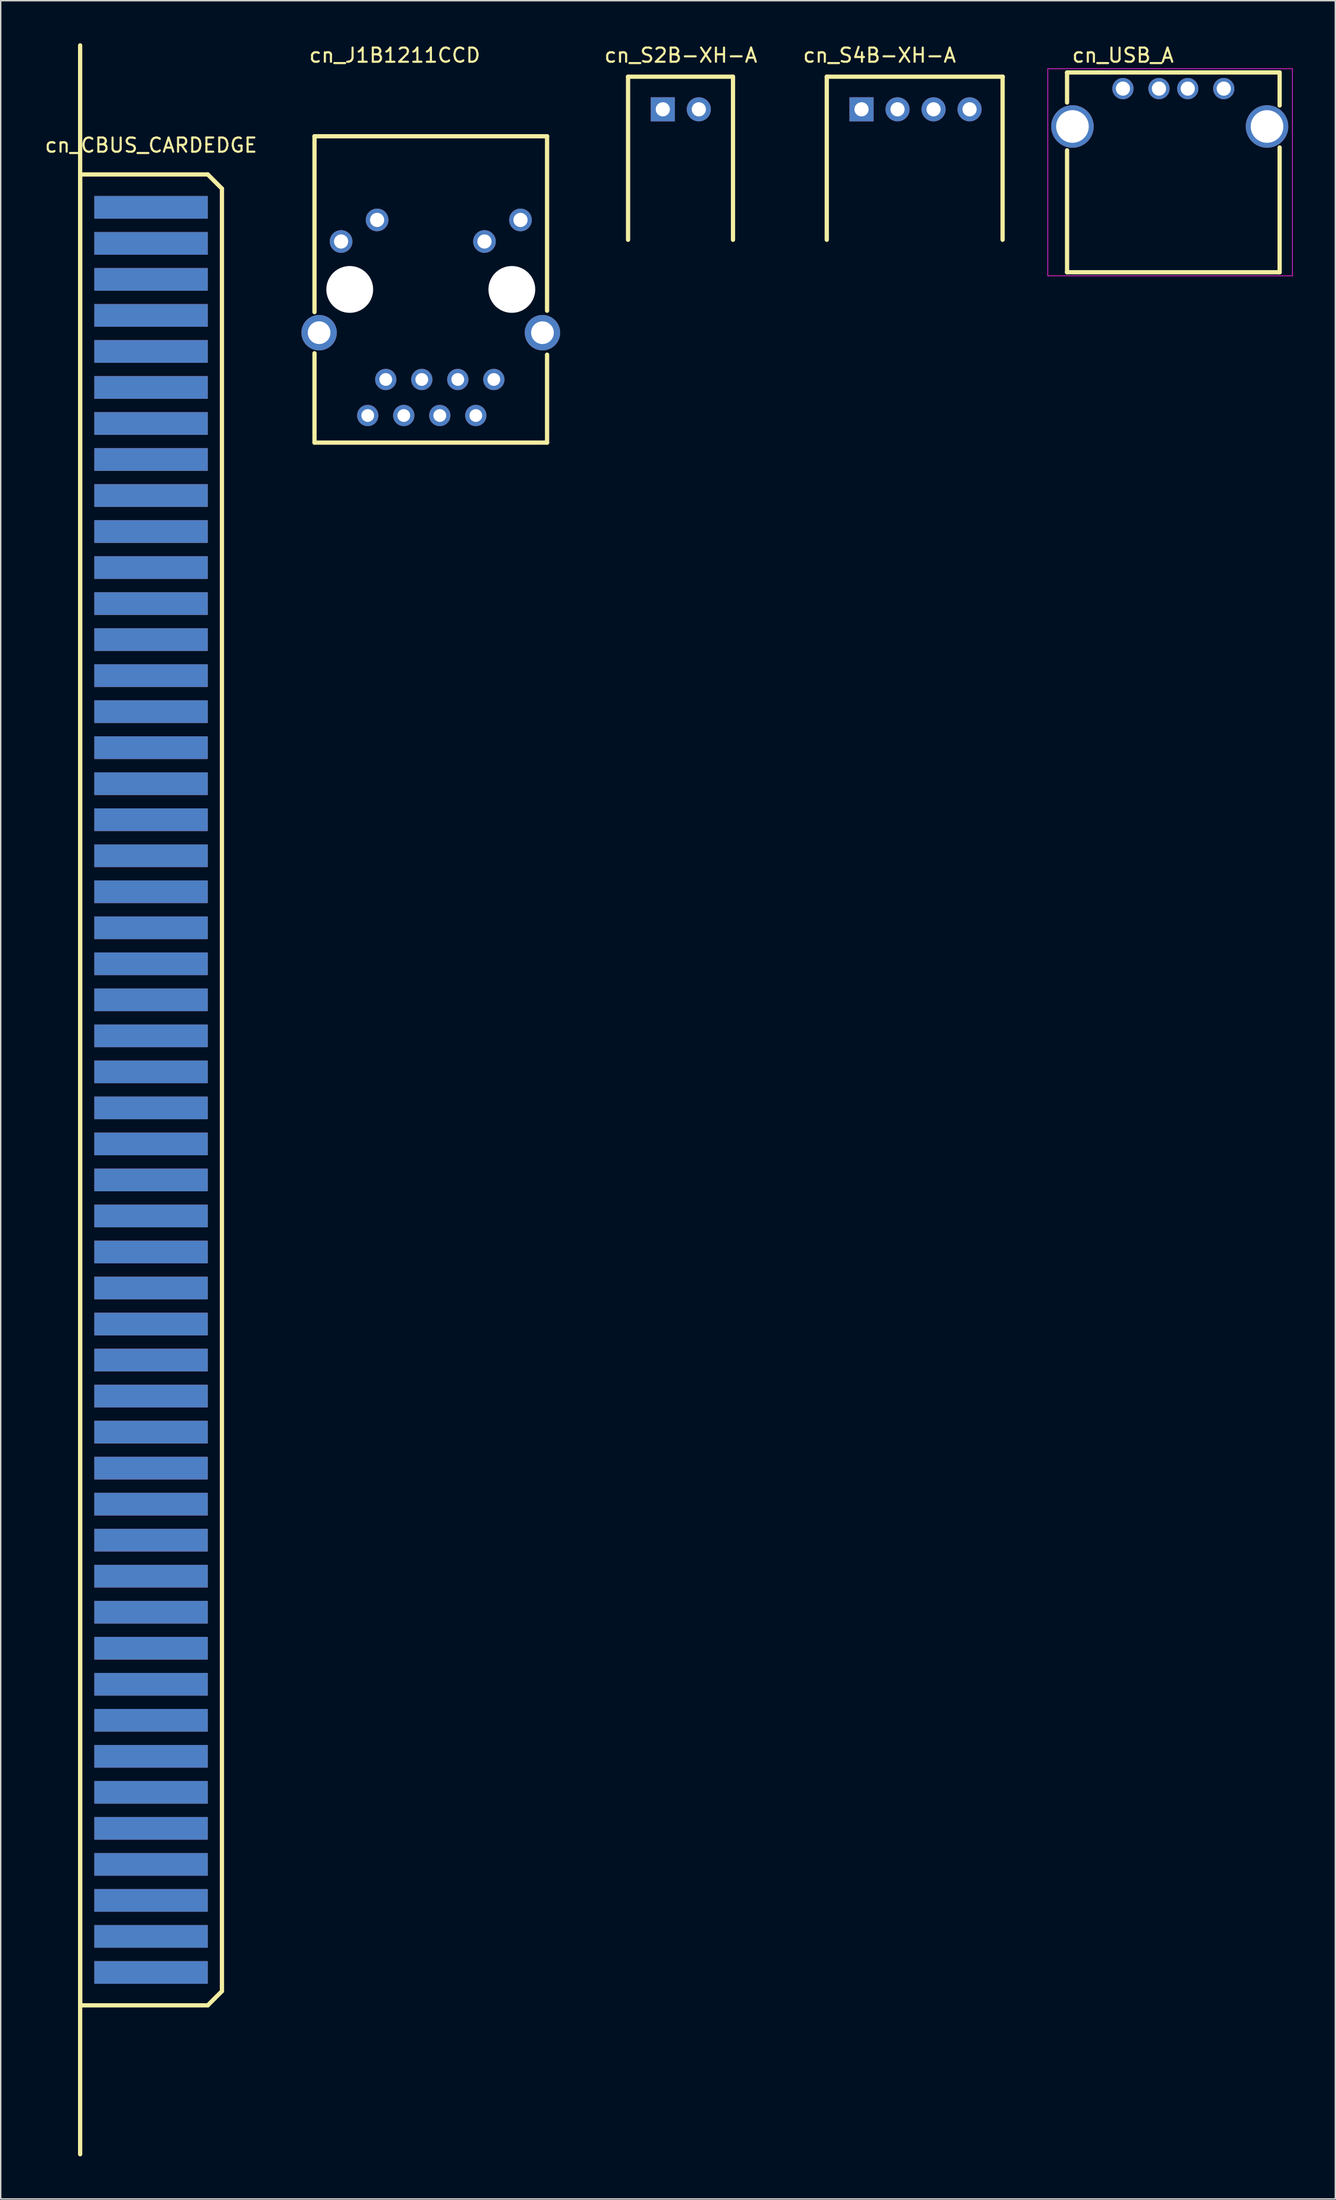
<source format=kicad_pcb>
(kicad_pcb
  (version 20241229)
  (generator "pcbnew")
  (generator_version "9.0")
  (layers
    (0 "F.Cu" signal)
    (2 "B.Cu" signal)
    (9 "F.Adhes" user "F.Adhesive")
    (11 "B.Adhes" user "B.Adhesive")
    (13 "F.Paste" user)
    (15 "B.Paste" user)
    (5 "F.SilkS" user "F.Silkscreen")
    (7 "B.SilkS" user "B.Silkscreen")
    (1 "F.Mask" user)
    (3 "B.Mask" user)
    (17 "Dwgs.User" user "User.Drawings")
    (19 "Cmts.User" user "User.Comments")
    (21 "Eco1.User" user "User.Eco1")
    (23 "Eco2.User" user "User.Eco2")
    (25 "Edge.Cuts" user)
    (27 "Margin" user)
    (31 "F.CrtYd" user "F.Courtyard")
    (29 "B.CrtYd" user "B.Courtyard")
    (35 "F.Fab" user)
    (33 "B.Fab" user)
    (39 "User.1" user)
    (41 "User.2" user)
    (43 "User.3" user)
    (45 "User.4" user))
  (footprint "cn_J1B1211CCD"
    (layer "F.Cu")
    (at 27.327 17.358)
    (property "Reference" "cn_J1B1211CCD" (at -2.54 -16.51 0) (layer "F.SilkS") (effects (font (size 1 1) (thickness 0.15))))
    (attr through_hole)
    (fp_line (start -8.2 -10.8) (end -8.2 1.6) (stroke (width 0.3) (type solid)) (layer "F.SilkS"))
    (fp_line (start -8.2 -10.8) (end 8.2 -10.8) (stroke (width 0.3) (type solid)) (layer "F.SilkS"))
    (fp_line (start -8.2 10.8) (end -8.2 4.5) (stroke (width 0.3) (type solid)) (layer "F.SilkS"))
    (fp_line (start 8.2 -10.8) (end 8.2 1.5) (stroke (width 0.3) (type solid)) (layer "F.SilkS"))
    (fp_line (start 8.2 4.6) (end 8.2 10.8) (stroke (width 0.3) (type solid)) (layer "F.SilkS"))
    (fp_line (start 8.2 10.8) (end -8.2 10.8) (stroke (width 0.3) (type solid)) (layer "F.SilkS"))
    (pad "" np_thru_hole circle (at -5.715 0) (size 3.3 3.3) (drill 3.3) (layers "*.Cu" "*.Mask"))
    (pad "" np_thru_hole circle (at 5.715 0) (size 3.3 3.3) (drill 3.3) (layers "*.Cu" "*.Mask"))
    (pad "1" thru_hole circle (at 4.445 6.35) (size 1.5 1.5) (drill 0.9) (layers "*.Cu" "*.Mask"))
    (pad "2" thru_hole circle (at 3.175 8.89) (size 1.5 1.5) (drill 0.9) (layers "*.Cu" "*.Mask"))
    (pad "3" thru_hole circle (at 1.905 6.35) (size 1.5 1.5) (drill 0.9) (layers "*.Cu" "*.Mask"))
    (pad "4" thru_hole circle (at 0.635 8.89) (size 1.5 1.5) (drill 0.9) (layers "*.Cu" "*.Mask"))
    (pad "5" thru_hole circle (at -0.635 6.35) (size 1.5 1.5) (drill 0.9) (layers "*.Cu" "*.Mask"))
    (pad "6" thru_hole circle (at -1.905 8.89) (size 1.5 1.5) (drill 0.9) (layers "*.Cu" "*.Mask"))
    (pad "7" thru_hole circle (at -3.175 6.35) (size 1.5 1.5) (drill 0.9) (layers "*.Cu" "*.Mask"))
    (pad "8" thru_hole circle (at -4.445 8.89) (size 1.5 1.5) (drill 0.9) (layers "*.Cu" "*.Mask"))
    (pad "9" thru_hole circle (at 6.325 -4.9) (size 1.6 1.6) (drill 1) (layers "*.Cu" "*.Mask"))
    (pad "10" thru_hole circle (at 3.785 -3.38) (size 1.6 1.6) (drill 1) (layers "*.Cu" "*.Mask"))
    (pad "11" thru_hole circle (at -3.785 -4.9) (size 1.6 1.6) (drill 1) (layers "*.Cu" "*.Mask"))
    (pad "12" thru_hole circle (at -6.325 -3.38) (size 1.6 1.6) (drill 1) (layers "*.Cu" "*.Mask"))
    (pad "13" thru_hole circle (at 7.875 3.05) (size 2.5 2.5) (drill 1.6) (layers "*.Cu" "*.Mask"))
    (pad "14" thru_hole circle (at -7.875 3.05) (size 2.5 2.5) (drill 1.6) (layers "*.Cu" "*.Mask")))
  (footprint "cn_USB_A"
    (layer "F.Cu")
    (at 76.135 3.198)
    (property "Reference" "cn_USB_A" (at 0 -2.35 0) (layer "F.SilkS") (effects (font (size 1 1) (thickness 0.15))))
    (attr through_hole)
    (fp_line (start -3.94 -1.14) (end -3.94 0.98) (stroke (width 0.3) (type solid)) (layer "F.SilkS"))
    (fp_line (start -3.94 4.35) (end -3.94 12.95) (stroke (width 0.3) (type solid)) (layer "F.SilkS"))
    (fp_line (start 11.05 -1.14) (end -3.94 -1.14) (stroke (width 0.3) (type solid)) (layer "F.SilkS"))
    (fp_line (start 11.05 -1.14) (end 11.05 1.19) (stroke (width 0.3) (type solid)) (layer "F.SilkS"))
    (fp_line (start 11.05 4.15) (end 11.05 12.95) (stroke (width 0.3) (type solid)) (layer "F.SilkS"))
    (fp_line (start 11.05 12.95) (end -3.94 12.95) (stroke (width 0.3) (type solid)) (layer "F.SilkS"))
    (fp_line (start -5.3 -1.4) (end 11.95 -1.4) (stroke (width 0.05) (type solid)) (layer "F.CrtYd"))
    (fp_line (start -5.3 13.2) (end -5.3 -1.4) (stroke (width 0.05) (type solid)) (layer "F.CrtYd"))
    (fp_line (start -5.3 13.2) (end 11.95 13.2) (stroke (width 0.05) (type solid)) (layer "F.CrtYd"))
    (fp_line (start 11.95 -1.4) (end 11.95 13.2) (stroke (width 0.05) (type solid)) (layer "F.CrtYd"))
    (pad "1" thru_hole circle (at 0 0 270) (size 1.5 1.5) (drill 1) (layers "*.Cu" "*.Mask"))
    (pad "2" thru_hole circle (at 2.54 0 270) (size 1.5 1.5) (drill 1) (layers "*.Cu" "*.Mask"))
    (pad "3" thru_hole circle (at 4.57 0 270) (size 1.5 1.5) (drill 1) (layers "*.Cu" "*.Mask"))
    (pad "4" thru_hole circle (at 7.11 0 270) (size 1.5 1.5) (drill 1) (layers "*.Cu" "*.Mask"))
    (pad "5" thru_hole circle (at -3.56 2.67 270) (size 3 3) (drill 2.3) (layers "*.Cu" "*.Mask"))
    (pad "6" thru_hole circle (at 10.16 2.67 270) (size 3 3) (drill 2.3) (layers "*.Cu" "*.Mask")))
  (footprint "cn_S2B-XH-A"
    (layer "F.Cu")
    (at 43.688 4.658)
    (property "Reference" "cn_S2B-XH-A" (at 1.27 -3.81 0) (layer "F.SilkS") (effects (font (size 1 1) (thickness 0.15))))
    (attr through_hole)
    (fp_line (start -2.45 -2.3) (end -2.45 9.2) (stroke (width 0.3) (type solid)) (layer "F.SilkS"))
    (fp_line (start -2.45 -2.3) (end 4.95 -2.3) (stroke (width 0.3) (type solid)) (layer "F.SilkS"))
    (fp_line (start 4.95 -2.3) (end 4.95 9.2) (stroke (width 0.3) (type solid)) (layer "F.SilkS"))
    (pad "1" thru_hole rect (at 0 0) (size 1.7 1.7) (drill 1) (layers "*.Cu" "*.Mask"))
    (pad "2" thru_hole circle (at 2.54 0) (size 1.7 1.7) (drill 1) (layers "*.Cu" "*.Mask")))
  (footprint "cn_S4B-XH-A"
    (layer "F.Cu")
    (at 57.7 4.658)
    (property "Reference" "cn_S4B-XH-A" (at 1.27 -3.81 0) (layer "F.SilkS") (effects (font (size 1 1) (thickness 0.15))))
    (attr through_hole)
    (fp_line (start -2.45 -2.3) (end -2.45 9.2) (stroke (width 0.3) (type solid)) (layer "F.SilkS"))
    (fp_line (start -2.45 -2.3) (end 9.96 -2.3) (stroke (width 0.3) (type solid)) (layer "F.SilkS"))
    (fp_line (start 9.95 -2.3) (end 9.95 9.2) (stroke (width 0.3) (type solid)) (layer "F.SilkS"))
    (pad "1" thru_hole rect (at 0 0) (size 1.7 1.7) (drill 1) (layers "*.Cu" "*.Mask"))
    (pad "2" thru_hole circle (at 2.54 0) (size 1.7 1.7) (drill 1) (layers "*.Cu" "*.Mask"))
    (pad "3" thru_hole circle (at 5.08 0) (size 1.7 1.7) (drill 1) (layers "*.Cu" "*.Mask"))
    (pad "4" thru_hole circle (at 7.62 0) (size 1.7 1.7) (drill 1) (layers "*.Cu" "*.Mask")))
  (footprint "cn_CBUS_CARDEDGE"
    (layer "F.Cu")
    (at 7.601 74.5)
    (property "Reference" "cn_CBUS_CARDEDGE" (at 0 -67.31 0) (layer "F.SilkS") (effects (font (size 1 1) (thickness 0.15))))
    (attr through_hole)
    (fp_line (start -5 -74.35) (end -5 74.35) (stroke (width 0.3) (type solid)) (layer "F.SilkS"))
    (fp_line (start -5 -65.25) (end -5 63.85) (stroke (width 0.3) (type solid)) (layer "F.SilkS"))
    (fp_line (start -5 63.85) (end 4 63.85) (stroke (width 0.3) (type solid)) (layer "F.SilkS"))
    (fp_line (start 4 -65.25) (end -5 -65.25) (stroke (width 0.3) (type solid)) (layer "F.SilkS"))
    (fp_line (start 4 63.85) (end 5 62.85) (stroke (width 0.3) (type solid)) (layer "F.SilkS"))
    (fp_line (start 5 -64.25) (end 4 -65.25) (stroke (width 0.3) (type solid)) (layer "F.SilkS"))
    (fp_line (start 5 -64.25) (end 5 62.85) (stroke (width 0.3) (type solid)) (layer "F.SilkS"))
    (pad "1A" smd rect (at 0 -62.93) (size 8 1.6) (layers "B.Cu" "B.Mask" "B.Paste"))
    (pad "1B" smd rect (at 0 -62.93) (size 8 1.6) (layers "F.Cu" "F.Mask" "F.Paste"))
    (pad "2A" smd rect (at 0 -60.39) (size 8 1.6) (layers "B.Cu" "B.Mask" "B.Paste"))
    (pad "2B" smd rect (at 0 -60.39) (size 8 1.6) (layers "F.Cu" "F.Mask" "F.Paste"))
    (pad "3A" smd rect (at 0 -57.85) (size 8 1.6) (layers "B.Cu" "B.Mask" "B.Paste"))
    (pad "3B" smd rect (at 0 -57.85) (size 8 1.6) (layers "F.Cu" "F.Mask" "F.Paste"))
    (pad "4A" smd rect (at 0 -55.31) (size 8 1.6) (layers "B.Cu" "B.Mask" "B.Paste"))
    (pad "4B" smd rect (at 0 -55.31) (size 8 1.6) (layers "F.Cu" "F.Mask" "F.Paste"))
    (pad "5A" smd rect (at 0 -52.77) (size 8 1.6) (layers "B.Cu" "B.Mask" "B.Paste"))
    (pad "5B" smd rect (at 0 -52.77) (size 8 1.6) (layers "F.Cu" "F.Mask" "F.Paste"))
    (pad "6A" smd rect (at 0 -50.23) (size 8 1.6) (layers "B.Cu" "B.Mask" "B.Paste"))
    (pad "6B" smd rect (at 0 -50.23) (size 8 1.6) (layers "F.Cu" "F.Mask" "F.Paste"))
    (pad "7A" smd rect (at 0 -47.69) (size 8 1.6) (layers "B.Cu" "B.Mask" "B.Paste"))
    (pad "7B" smd rect (at 0 -47.69) (size 8 1.6) (layers "F.Cu" "F.Mask" "F.Paste"))
    (pad "8A" smd rect (at 0 -45.15) (size 8 1.6) (layers "B.Cu" "B.Mask" "B.Paste"))
    (pad "8B" smd rect (at 0 -45.15) (size 8 1.6) (layers "F.Cu" "F.Mask" "F.Paste"))
    (pad "9A" smd rect (at 0 -42.61) (size 8 1.6) (layers "B.Cu" "B.Mask" "B.Paste"))
    (pad "9B" smd rect (at 0 -42.61) (size 8 1.6) (layers "F.Cu" "F.Mask" "F.Paste"))
    (pad "10A" smd rect (at 0 -40.07) (size 8 1.6) (layers "B.Cu" "B.Mask" "B.Paste"))
    (pad "10B" smd rect (at 0 -40.07) (size 8 1.6) (layers "F.Cu" "F.Mask" "F.Paste"))
    (pad "11A" smd rect (at 0 -37.53) (size 8 1.6) (layers "B.Cu" "B.Mask" "B.Paste"))
    (pad "11B" smd rect (at 0 -37.53) (size 8 1.6) (layers "F.Cu" "F.Mask" "F.Paste"))
    (pad "12A" smd rect (at 0 -34.99) (size 8 1.6) (layers "B.Cu" "B.Mask" "B.Paste"))
    (pad "12B" smd rect (at 0 -34.99) (size 8 1.6) (layers "F.Cu" "F.Mask" "F.Paste"))
    (pad "13A" smd rect (at 0 -32.45) (size 8 1.6) (layers "B.Cu" "B.Mask" "B.Paste"))
    (pad "13B" smd rect (at 0 -32.45) (size 8 1.6) (layers "F.Cu" "F.Mask" "F.Paste"))
    (pad "14A" smd rect (at 0 -29.91) (size 8 1.6) (layers "B.Cu" "B.Mask" "B.Paste"))
    (pad "14B" smd rect (at 0 -29.91) (size 8 1.6) (layers "F.Cu" "F.Mask" "F.Paste"))
    (pad "15A" smd rect (at 0 -27.37) (size 8 1.6) (layers "B.Cu" "B.Mask" "B.Paste"))
    (pad "15B" smd rect (at 0 -27.37) (size 8 1.6) (layers "F.Cu" "F.Mask" "F.Paste"))
    (pad "16A" smd rect (at 0 -24.83) (size 8 1.6) (layers "B.Cu" "B.Mask" "B.Paste"))
    (pad "16B" smd rect (at 0 -24.83) (size 8 1.6) (layers "F.Cu" "F.Mask" "F.Paste"))
    (pad "17A" smd rect (at 0 -22.29) (size 8 1.6) (layers "B.Cu" "B.Mask" "B.Paste"))
    (pad "17B" smd rect (at 0 -22.29) (size 8 1.6) (layers "F.Cu" "F.Mask" "F.Paste"))
    (pad "18A" smd rect (at 0 -19.75) (size 8 1.6) (layers "B.Cu" "B.Mask" "B.Paste"))
    (pad "18B" smd rect (at 0 -19.75) (size 8 1.6) (layers "F.Cu" "F.Mask" "F.Paste"))
    (pad "19A" smd rect (at 0 -17.21) (size 8 1.6) (layers "B.Cu" "B.Mask" "B.Paste"))
    (pad "19B" smd rect (at 0 -17.21) (size 8 1.6) (layers "F.Cu" "F.Mask" "F.Paste"))
    (pad "20A" smd rect (at 0 -14.67) (size 8 1.6) (layers "B.Cu" "B.Mask" "B.Paste"))
    (pad "20B" smd rect (at 0 -14.67) (size 8 1.6) (layers "F.Cu" "F.Mask" "F.Paste"))
    (pad "21A" smd rect (at 0 -12.13) (size 8 1.6) (layers "B.Cu" "B.Mask" "B.Paste"))
    (pad "21B" smd rect (at 0 -12.13) (size 8 1.6) (layers "F.Cu" "F.Mask" "F.Paste"))
    (pad "22A" smd rect (at 0 -9.59) (size 8 1.6) (layers "B.Cu" "B.Mask" "B.Paste"))
    (pad "22B" smd rect (at 0 -9.59) (size 8 1.6) (layers "F.Cu" "F.Mask" "F.Paste"))
    (pad "23A" smd rect (at 0 -7.05) (size 8 1.6) (layers "B.Cu" "B.Mask" "B.Paste"))
    (pad "23B" smd rect (at 0 -7.05) (size 8 1.6) (layers "F.Cu" "F.Mask" "F.Paste"))
    (pad "24A" smd rect (at 0 -4.51) (size 8 1.6) (layers "B.Cu" "B.Mask" "B.Paste"))
    (pad "24B" smd rect (at 0 -4.51) (size 8 1.6) (layers "F.Cu" "F.Mask" "F.Paste"))
    (pad "25A" smd rect (at 0 -1.97) (size 8 1.6) (layers "B.Cu" "B.Mask" "B.Paste"))
    (pad "25B" smd rect (at 0 -1.97) (size 8 1.6) (layers "F.Cu" "F.Mask" "F.Paste"))
    (pad "26A" smd rect (at 0 0.57) (size 8 1.6) (layers "B.Cu" "B.Mask" "B.Paste"))
    (pad "26B" smd rect (at 0 0.57) (size 8 1.6) (layers "F.Cu" "F.Mask" "F.Paste"))
    (pad "27A" smd rect (at 0 3.11) (size 8 1.6) (layers "B.Cu" "B.Mask" "B.Paste"))
    (pad "27B" smd rect (at 0 3.11) (size 8 1.6) (layers "F.Cu" "F.Mask" "F.Paste"))
    (pad "28A" smd rect (at 0 5.65) (size 8 1.6) (layers "B.Cu" "B.Mask" "B.Paste"))
    (pad "28B" smd rect (at 0 5.65) (size 8 1.6) (layers "F.Cu" "F.Mask" "F.Paste"))
    (pad "29A" smd rect (at 0 8.19) (size 8 1.6) (layers "B.Cu" "B.Mask" "B.Paste"))
    (pad "29B" smd rect (at 0 8.19) (size 8 1.6) (layers "F.Cu" "F.Mask" "F.Paste"))
    (pad "30A" smd rect (at 0 10.73) (size 8 1.6) (layers "B.Cu" "B.Mask" "B.Paste"))
    (pad "30B" smd rect (at 0 10.73) (size 8 1.6) (layers "F.Cu" "F.Mask" "F.Paste"))
    (pad "31A" smd rect (at 0 13.27) (size 8 1.6) (layers "B.Cu" "B.Mask" "B.Paste"))
    (pad "31B" smd rect (at 0 13.27) (size 8 1.6) (layers "F.Cu" "F.Mask" "F.Paste"))
    (pad "32A" smd rect (at 0 15.81) (size 8 1.6) (layers "B.Cu" "B.Mask" "B.Paste"))
    (pad "32B" smd rect (at 0 15.81) (size 8 1.6) (layers "F.Cu" "F.Mask" "F.Paste"))
    (pad "33A" smd rect (at 0 18.35) (size 8 1.6) (layers "B.Cu" "B.Mask" "B.Paste"))
    (pad "33B" smd rect (at 0 18.35) (size 8 1.6) (layers "F.Cu" "F.Mask" "F.Paste"))
    (pad "34A" smd rect (at 0 20.89) (size 8 1.6) (layers "B.Cu" "B.Mask" "B.Paste"))
    (pad "34B" smd rect (at 0 20.89) (size 8 1.6) (layers "F.Cu" "F.Mask" "F.Paste"))
    (pad "35A" smd rect (at 0 23.43) (size 8 1.6) (layers "B.Cu" "B.Mask" "B.Paste"))
    (pad "35B" smd rect (at 0 23.43) (size 8 1.6) (layers "F.Cu" "F.Mask" "F.Paste"))
    (pad "36A" smd rect (at 0 25.97) (size 8 1.6) (layers "B.Cu" "B.Mask" "B.Paste"))
    (pad "36B" smd rect (at 0 25.97) (size 8 1.6) (layers "F.Cu" "F.Mask" "F.Paste"))
    (pad "37A" smd rect (at 0 28.51) (size 8 1.6) (layers "B.Cu" "B.Mask" "B.Paste"))
    (pad "37B" smd rect (at 0 28.51) (size 8 1.6) (layers "F.Cu" "F.Mask" "F.Paste"))
    (pad "38A" smd rect (at 0 31.05) (size 8 1.6) (layers "B.Cu" "B.Mask" "B.Paste"))
    (pad "38B" smd rect (at 0 31.05) (size 8 1.6) (layers "F.Cu" "F.Mask" "F.Paste"))
    (pad "39A" smd rect (at 0 33.59) (size 8 1.6) (layers "B.Cu" "B.Mask" "B.Paste"))
    (pad "39B" smd rect (at 0 33.59) (size 8 1.6) (layers "F.Cu" "F.Mask" "F.Paste"))
    (pad "40A" smd rect (at 0 36.13) (size 8 1.6) (layers "B.Cu" "B.Mask" "B.Paste"))
    (pad "40B" smd rect (at 0 36.13) (size 8 1.6) (layers "F.Cu" "F.Mask" "F.Paste"))
    (pad "41A" smd rect (at 0 38.67) (size 8 1.6) (layers "B.Cu" "B.Mask" "B.Paste"))
    (pad "41B" smd rect (at 0 38.67) (size 8 1.6) (layers "F.Cu" "F.Mask" "F.Paste"))
    (pad "42A" smd rect (at 0 41.21) (size 8 1.6) (layers "B.Cu" "B.Mask" "B.Paste"))
    (pad "42B" smd rect (at 0 41.21) (size 8 1.6) (layers "F.Cu" "F.Mask" "F.Paste"))
    (pad "43A" smd rect (at 0 43.75) (size 8 1.6) (layers "B.Cu" "B.Mask" "B.Paste"))
    (pad "43B" smd rect (at 0 43.75) (size 8 1.6) (layers "F.Cu" "F.Mask" "F.Paste"))
    (pad "44A" smd rect (at 0 46.29) (size 8 1.6) (layers "B.Cu" "B.Mask" "B.Paste"))
    (pad "44B" smd rect (at 0 46.29) (size 8 1.6) (layers "F.Cu" "F.Mask" "F.Paste"))
    (pad "45A" smd rect (at 0 48.83) (size 8 1.6) (layers "B.Cu" "B.Mask" "B.Paste"))
    (pad "45B" smd rect (at 0 48.83) (size 8 1.6) (layers "F.Cu" "F.Mask" "F.Paste"))
    (pad "46A" smd rect (at 0 51.37) (size 8 1.6) (layers "B.Cu" "B.Mask" "B.Paste"))
    (pad "46B" smd rect (at 0 51.37) (size 8 1.6) (layers "F.Cu" "F.Mask" "F.Paste"))
    (pad "47A" smd rect (at 0 53.91) (size 8 1.6) (layers "B.Cu" "B.Mask" "B.Paste"))
    (pad "47B" smd rect (at 0 53.91) (size 8 1.6) (layers "F.Cu" "F.Mask" "F.Paste"))
    (pad "48A" smd rect (at 0 56.45) (size 8 1.6) (layers "B.Cu" "B.Mask" "B.Paste"))
    (pad "48B" smd rect (at 0 56.45) (size 8 1.6) (layers "F.Cu" "F.Mask" "F.Paste"))
    (pad "49A" smd rect (at 0 58.99) (size 8 1.6) (layers "B.Cu" "B.Mask" "B.Paste"))
    (pad "49B" smd rect (at 0 58.99) (size 8 1.6) (layers "F.Cu" "F.Mask" "F.Paste"))
    (pad "50A" smd rect (at 0 61.53) (size 8 1.6) (layers "B.Cu" "B.Mask" "B.Paste"))
    (pad "50B" smd rect (at 0 61.53) (size 8 1.6) (layers "F.Cu" "F.Mask" "F.Paste")))
  (gr_rect
    (start -3 -3)
    (end 91.11 152)
    (stroke (width 0.1) (type default))
    (fill no)
    (layer "Edge.Cuts")))
</source>
